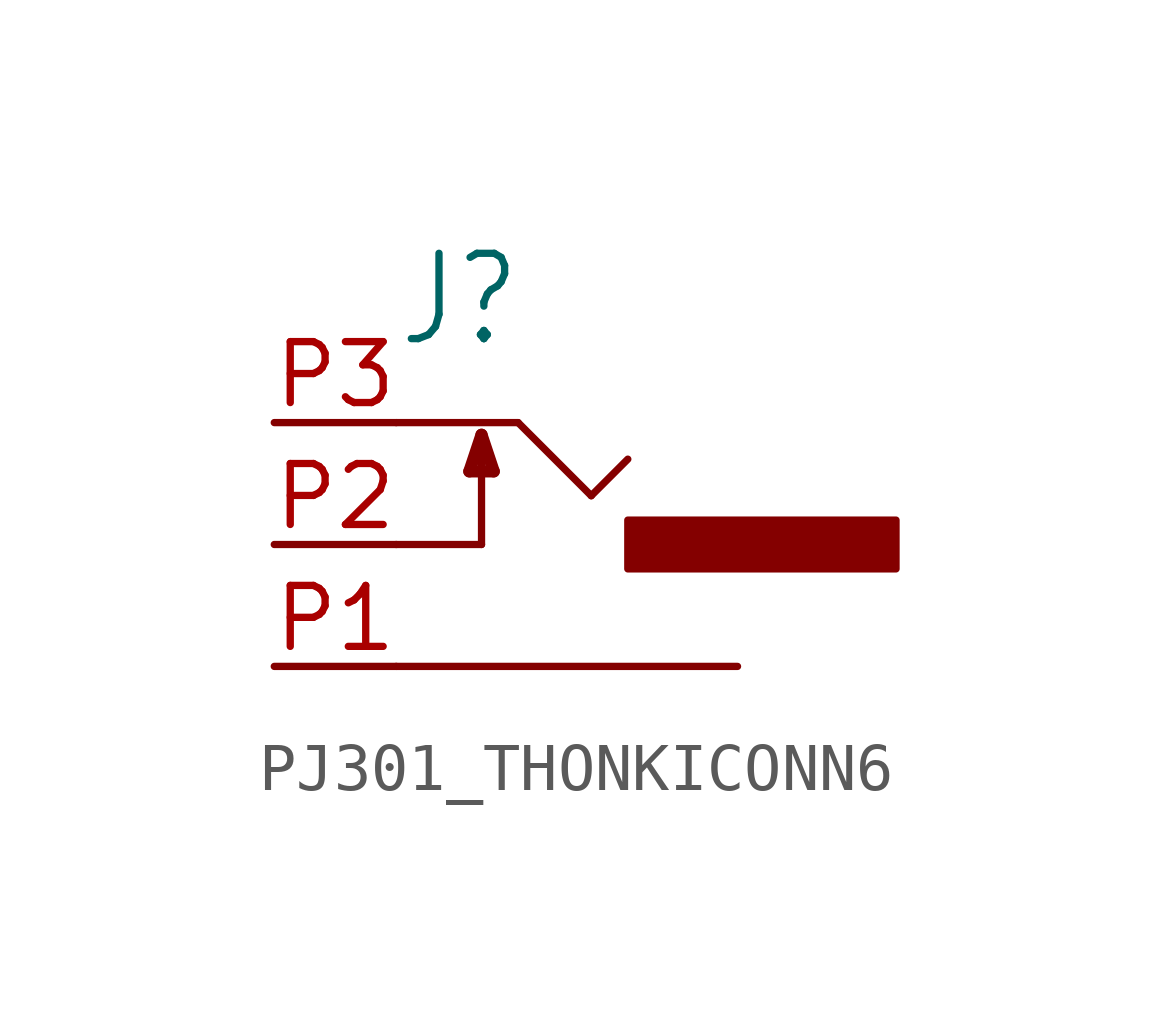
<source format=kicad_sym>
(kicad_symbol_lib
  (version 20211014)
  (generator kicad_symbol_editor)
  (symbol "PJ301_THONKICONN6"
    (property "Reference" "J"
      (at -2.54 4.064 0)
      (effects (font (size 1.778 1.511)) (justify left bottom)))
    (property "ki_locked" ""
      (at 0 0 0)
      (effects (font (size 1.27 1.27))))
    (symbol "PJ301_THONKICONN6_1_0"
      (polyline (pts (xy -2.54 -2.54) (xy 4.572 -2.54)) (stroke (width 0.152) (type default) (color 0 0 0 0)) (fill (type none)))
      (polyline (pts (xy -2.54 0) (xy -0.762 0)) (stroke (width 0.152) (type default) (color 0 0 0 0)) (fill (type none)))
      (polyline (pts (xy -2.54 2.54) (xy 0 2.54)) (stroke (width 0.152) (type default) (color 0 0 0 0)) (fill (type none)))
      (polyline (pts (xy -1.016 1.524) (xy -0.508 1.524)) (stroke (width 0.254) (type default) (color 0 0 0 0)) (fill (type none)))
      (polyline (pts (xy -0.762 0) (xy -0.762 2.286)) (stroke (width 0.152) (type default) (color 0 0 0 0)) (fill (type none)))
      (polyline (pts (xy -0.762 2.286) (xy -1.016 1.524)) (stroke (width 0.254) (type default) (color 0 0 0 0)) (fill (type none)))
      (polyline (pts (xy -0.508 1.524) (xy -0.762 2.286)) (stroke (width 0.254) (type default) (color 0 0 0 0)) (fill (type none)))
      (polyline (pts (xy 0 2.54) (xy 1.524 1.016)) (stroke (width 0.152) (type default) (color 0 0 0 0)) (fill (type none)))
      (polyline (pts (xy 1.524 1.016) (xy 2.286 1.778)) (stroke (width 0.152) (type default) (color 0 0 0 0)) (fill (type none)))
      (rectangle (start 2.286 -0.508) (end 7.874 0.508) (stroke (width 0) (type default) (color 0 0 0 0)) (fill (type outline)))
      (pin passive line (at -5.08 -2.54 0) (length 2.54) (name "1" (effects (font (size 0 0)))) (number "P1" (effects (font (size 1.27 1.27)))))
      (pin passive line (at -5.08 0 0) (length 2.54) (name "2" (effects (font (size 0 0)))) (number "P2" (effects (font (size 1.27 1.27)))))
      (pin passive line (at -5.08 2.54 0) (length 2.54) (name "3" (effects (font (size 0 0)))) (number "P3" (effects (font (size 1.27 1.27))))))))
</source>
